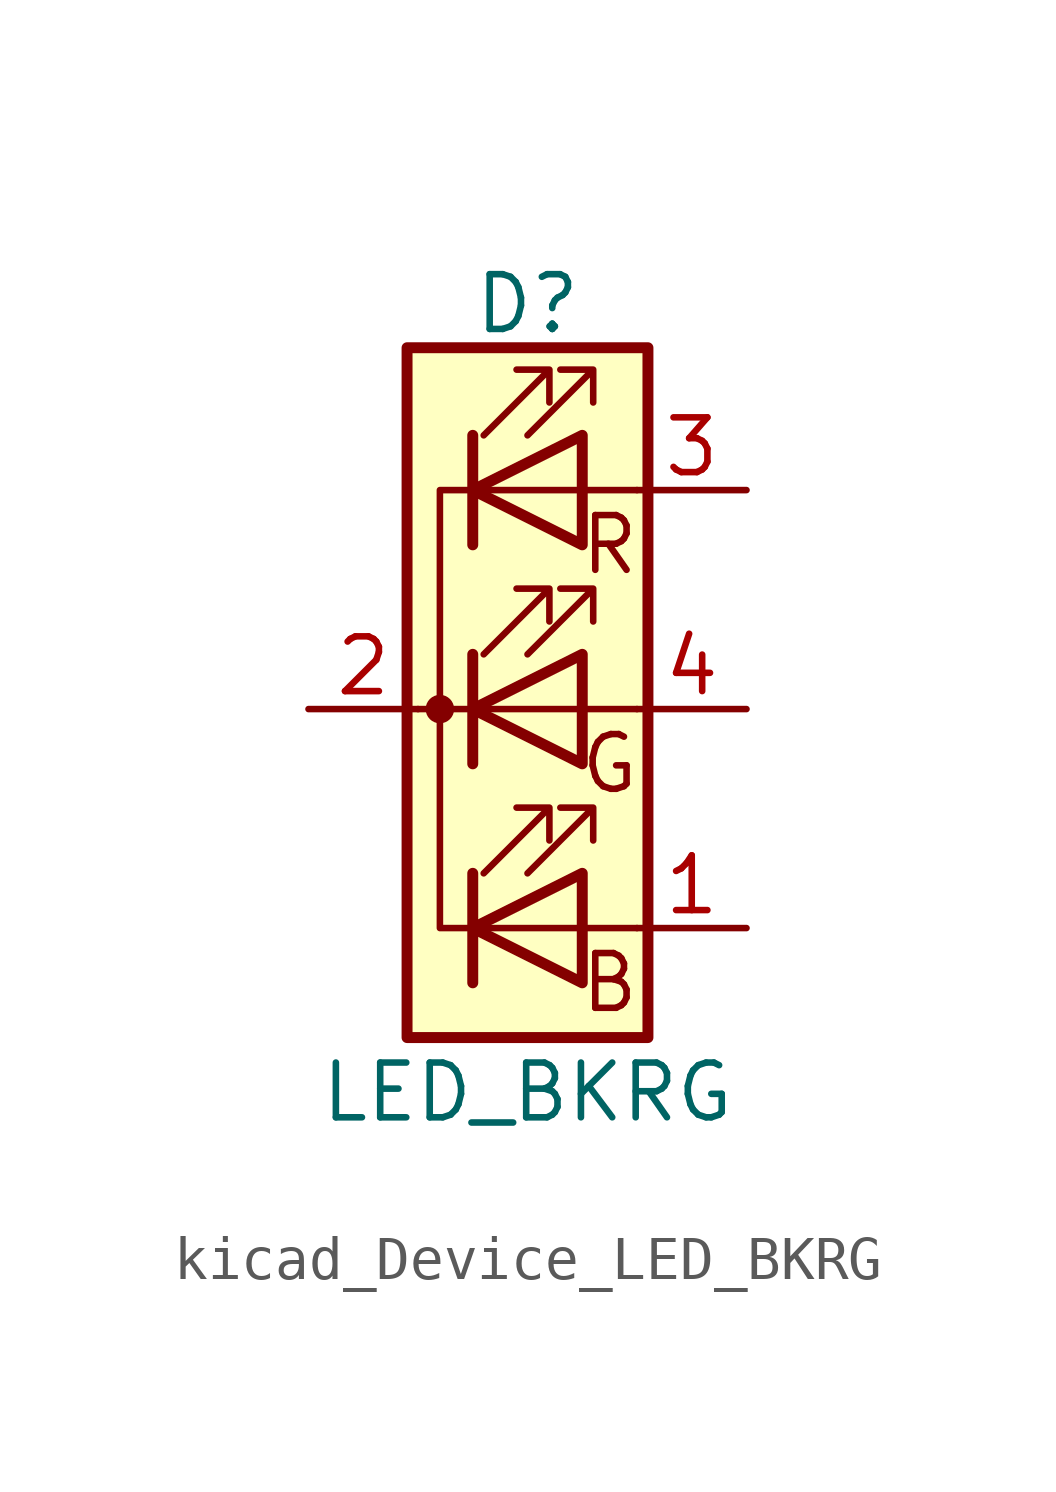
<source format=kicad_sym>
(kicad_symbol_lib
  (version 20220914)
  (generator kicad_symbol_editor)
  (symbol "kicad_Device_LED_BKRG"
    (pin_names
      (offset 0) hide)
    (property "Reference" "D"
      (at 0 9.398 0)
      (effects (font (size 1.27 1.27))))
    (property "Value" "LED_BKRG"
      (at 0 -8.89 0)
      (effects (font (size 1.27 1.27))))
    (symbol "kicad_Device_LED_BKRG_0_0"
      (text "B" (at 1.905 -6.35 0) (effects (font (size 1.27 1.27))))
      (text "G" (at 1.905 -1.27 0) (effects (font (size 1.27 1.27))))
      (text "R" (at 1.905 3.81 0) (effects (font (size 1.27 1.27)))))
    (symbol "kicad_Device_LED_BKRG_0_1"
      (circle (center -2.032 0) (radius 0.254) (stroke (width 0) (type default)) (fill (type outline)))
      (polyline (pts (xy -1.27 -5.08) (xy 1.27 -5.08)) (stroke (width 0) (type default)) (fill (type none)))
      (polyline (pts (xy -1.27 -3.81) (xy -1.27 -6.35)) (stroke (width 0.254) (type default)) (fill (type none)))
      (polyline (pts (xy -1.27 0) (xy -2.54 0)) (stroke (width 0) (type default)) (fill (type none)))
      (polyline (pts (xy -1.27 1.27) (xy -1.27 -1.27)) (stroke (width 0.254) (type default)) (fill (type none)))
      (polyline (pts (xy -1.27 5.08) (xy 1.27 5.08)) (stroke (width 0) (type default)) (fill (type none)))
      (polyline (pts (xy -1.27 6.35) (xy -1.27 3.81)) (stroke (width 0.254) (type default)) (fill (type none)))
      (polyline (pts (xy 1.27 -5.08) (xy 2.54 -5.08)) (stroke (width 0) (type default)) (fill (type none)))
      (polyline (pts (xy 1.27 0) (xy -1.27 0)) (stroke (width 0) (type default)) (fill (type none)))
      (polyline (pts (xy 1.27 0) (xy 2.54 0)) (stroke (width 0) (type default)) (fill (type none)))
      (polyline (pts (xy 1.27 5.08) (xy 2.54 5.08)) (stroke (width 0) (type default)) (fill (type none)))
      (polyline (pts (xy -1.27 1.27) (xy -1.27 -1.27) (xy -1.27 -1.27)) (stroke (width 0) (type default)) (fill (type none)))
      (polyline (pts (xy -1.27 6.35) (xy -1.27 3.81) (xy -1.27 3.81)) (stroke (width 0) (type default)) (fill (type none)))
      (polyline (pts (xy -1.27 5.08) (xy -2.032 5.08) (xy -2.032 -5.08) (xy -1.016 -5.08)) (stroke (width 0) (type default)) (fill (type none)))
      (polyline (pts (xy 1.27 -3.81) (xy 1.27 -6.35) (xy -1.27 -5.08) (xy 1.27 -3.81)) (stroke (width 0.254) (type default)) (fill (type none)))
      (polyline (pts (xy 1.27 1.27) (xy 1.27 -1.27) (xy -1.27 0) (xy 1.27 1.27)) (stroke (width 0.254) (type default)) (fill (type none)))
      (polyline (pts (xy 1.27 6.35) (xy 1.27 3.81) (xy -1.27 5.08) (xy 1.27 6.35)) (stroke (width 0.254) (type default)) (fill (type none)))
      (polyline (pts (xy -1.016 -3.81) (xy 0.508 -2.286) (xy -0.254 -2.286) (xy 0.508 -2.286) (xy 0.508 -3.048)) (stroke (width 0) (type default)) (fill (type none)))
      (polyline (pts (xy -1.016 1.27) (xy 0.508 2.794) (xy -0.254 2.794) (xy 0.508 2.794) (xy 0.508 2.032)) (stroke (width 0) (type default)) (fill (type none)))
      (polyline (pts (xy -1.016 6.35) (xy 0.508 7.874) (xy -0.254 7.874) (xy 0.508 7.874) (xy 0.508 7.112)) (stroke (width 0) (type default)) (fill (type none)))
      (polyline (pts (xy 0 -3.81) (xy 1.524 -2.286) (xy 0.762 -2.286) (xy 1.524 -2.286) (xy 1.524 -3.048)) (stroke (width 0) (type default)) (fill (type none)))
      (polyline (pts (xy 0 1.27) (xy 1.524 2.794) (xy 0.762 2.794) (xy 1.524 2.794) (xy 1.524 2.032)) (stroke (width 0) (type default)) (fill (type none)))
      (polyline (pts (xy 0 6.35) (xy 1.524 7.874) (xy 0.762 7.874) (xy 1.524 7.874) (xy 1.524 7.112)) (stroke (width 0) (type default)) (fill (type none)))
      (rectangle (start 1.27 -1.27) (end 1.27 1.27) (stroke (width 0) (type default)) (fill (type none)))
      (rectangle (start 1.27 1.27) (end 1.27 1.27) (stroke (width 0) (type default)) (fill (type none)))
      (rectangle (start 1.27 3.81) (end 1.27 6.35) (stroke (width 0) (type default)) (fill (type none)))
      (rectangle (start 1.27 6.35) (end 1.27 6.35) (stroke (width 0) (type default)) (fill (type none)))
      (rectangle (start 2.794 8.382) (end -2.794 -7.62) (stroke (width 0.254) (type default)) (fill (type background))))
    (symbol "kicad_Device_LED_BKRG_1_1"
      (pin passive line (at 5.08 -5.08 180) (length 2.54) (name "BA" (effects (font (size 1.27 1.27)))) (number "1" (effects (font (size 1.27 1.27)))))
      (pin passive line (at -5.08 0 0) (length 2.54) (name "K" (effects (font (size 1.27 1.27)))) (number "2" (effects (font (size 1.27 1.27)))))
      (pin passive line (at 5.08 5.08 180) (length 2.54) (name "RA" (effects (font (size 1.27 1.27)))) (number "3" (effects (font (size 1.27 1.27)))))
      (pin passive line (at 5.08 0 180) (length 2.54) (name "GA" (effects (font (size 1.27 1.27)))) (number "4" (effects (font (size 1.27 1.27))))))))
</source>
